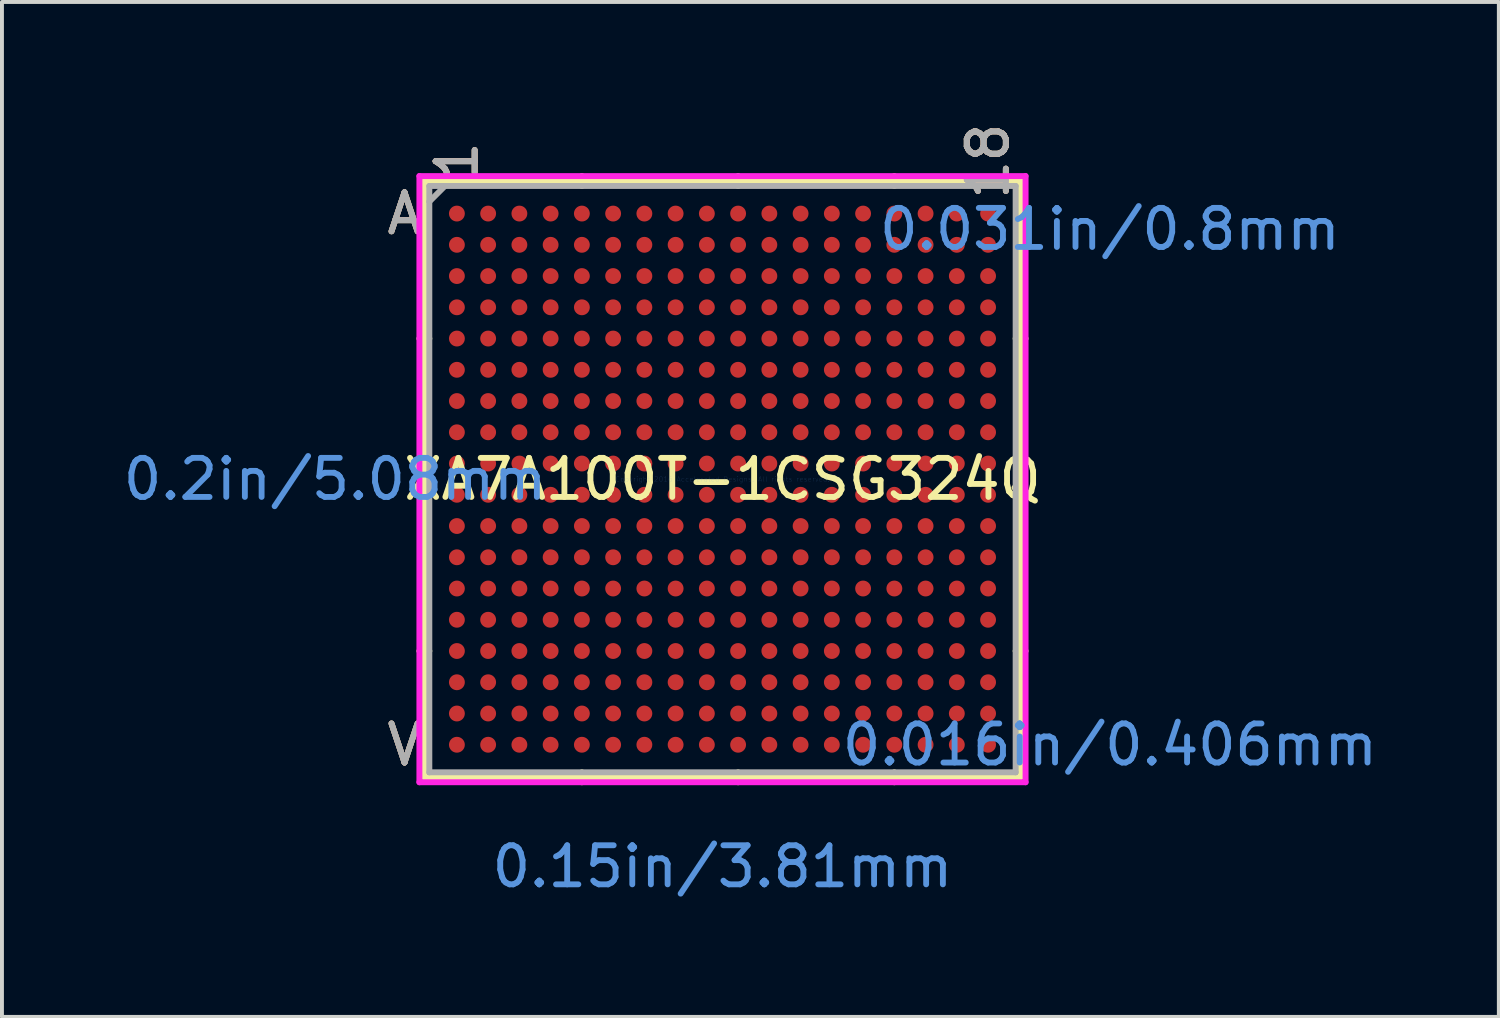
<source format=kicad_pcb>
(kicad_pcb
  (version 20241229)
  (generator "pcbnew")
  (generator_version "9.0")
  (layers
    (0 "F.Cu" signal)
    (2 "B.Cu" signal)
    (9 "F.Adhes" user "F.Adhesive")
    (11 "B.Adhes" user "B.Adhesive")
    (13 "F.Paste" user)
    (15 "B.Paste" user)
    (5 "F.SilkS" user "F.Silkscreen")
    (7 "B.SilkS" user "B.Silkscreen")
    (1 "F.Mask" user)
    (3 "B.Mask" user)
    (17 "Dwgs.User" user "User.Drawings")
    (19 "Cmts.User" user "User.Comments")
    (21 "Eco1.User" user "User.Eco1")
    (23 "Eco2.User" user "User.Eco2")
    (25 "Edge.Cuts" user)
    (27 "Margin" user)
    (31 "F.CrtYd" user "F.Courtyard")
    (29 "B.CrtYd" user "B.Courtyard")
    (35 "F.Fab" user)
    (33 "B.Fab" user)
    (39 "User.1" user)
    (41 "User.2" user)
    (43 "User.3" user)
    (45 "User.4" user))
  (footprint "XA7A100T-1CSG324Q"
    (layer "F.Cu")
    (at 15.448 9.218)
    (property "Reference" "XA7A100T-1CSG324Q" (at 0 0 0) (layer "F.SilkS") (effects (font (size 1 1) (thickness 0.15))))
    (attr through_hole)
    (fp_line (start -7.633 -7.633) (end -7.633 7.633) (stroke (width 0.152) (type solid)) (layer "F.SilkS"))
    (fp_line (start -7.633 7.633) (end 7.633 7.633) (stroke (width 0.152) (type solid)) (layer "F.SilkS"))
    (fp_line (start -7.506 -3.6) (end -7.76 -3.6) (stroke (width 0.152) (type solid)) (layer "F.SilkS"))
    (fp_line (start -7.506 0.4) (end -7.76 0.4) (stroke (width 0.152) (type solid)) (layer "F.SilkS"))
    (fp_line (start -7.506 4.4) (end -7.76 4.4) (stroke (width 0.152) (type solid)) (layer "F.SilkS"))
    (fp_line (start -3.6 -7.506) (end -3.6 -7.76) (stroke (width 0.152) (type solid)) (layer "F.SilkS"))
    (fp_line (start -3.6 7.506) (end -3.6 7.76) (stroke (width 0.152) (type solid)) (layer "F.SilkS"))
    (fp_line (start 0.4 -7.506) (end 0.4 -7.76) (stroke (width 0.152) (type solid)) (layer "F.SilkS"))
    (fp_line (start 0.4 7.506) (end 0.4 7.76) (stroke (width 0.152) (type solid)) (layer "F.SilkS"))
    (fp_line (start 4.4 -7.506) (end 4.4 -7.76) (stroke (width 0.152) (type solid)) (layer "F.SilkS"))
    (fp_line (start 4.4 7.506) (end 4.4 7.76) (stroke (width 0.152) (type solid)) (layer "F.SilkS"))
    (fp_line (start 7.506 -3.6) (end 7.76 -3.6) (stroke (width 0.152) (type solid)) (layer "F.SilkS"))
    (fp_line (start 7.506 0.4) (end 7.76 0.4) (stroke (width 0.152) (type solid)) (layer "F.SilkS"))
    (fp_line (start 7.506 4.4) (end 7.76 4.4) (stroke (width 0.152) (type solid)) (layer "F.SilkS"))
    (fp_line (start 7.633 -7.633) (end -7.633 -7.633) (stroke (width 0.152) (type solid)) (layer "F.SilkS"))
    (fp_line (start 7.633 7.633) (end 7.633 -7.633) (stroke (width 0.152) (type solid)) (layer "F.SilkS"))
    (fp_line (start -7.76 -7.76) (end 7.76 -7.76) (stroke (width 0.152) (type solid)) (layer "F.CrtYd"))
    (fp_line (start -7.76 7.76) (end -7.76 -7.76) (stroke (width 0.152) (type solid)) (layer "F.CrtYd"))
    (fp_line (start 7.76 -7.76) (end 7.76 7.76) (stroke (width 0.152) (type solid)) (layer "F.CrtYd"))
    (fp_line (start 7.76 7.76) (end -7.76 7.76) (stroke (width 0.152) (type solid)) (layer "F.CrtYd"))
    (fp_line (start -7.506 -7.506) (end -7.506 7.506) (stroke (width 0.152) (type solid)) (layer "F.Fab"))
    (fp_line (start -7.506 7.506) (end 7.506 7.506) (stroke (width 0.152) (type solid)) (layer "F.Fab"))
    (fp_line (start -7.106 -7.506) (end -7.506 -7.106) (stroke (width 0.152) (type solid)) (layer "F.Fab"))
    (fp_line (start 7.506 -7.506) (end -7.506 -7.506) (stroke (width 0.152) (type solid)) (layer "F.Fab"))
    (fp_line (start 7.506 7.506) (end 7.506 -7.506) (stroke (width 0.152) (type solid)) (layer "F.Fab"))
    (fp_text user "18" (at 6.8 -8.141 90) (layer "F.SilkS") (effects (font (size 1 1) (thickness 0.15))))
    (fp_text user "1" (at -6.8 -8.141 90) (layer "F.SilkS") (effects (font (size 1 1) (thickness 0.15))))
    (fp_text user "A" (at -8.141 -6.8 0) (layer "F.SilkS") (effects (font (size 1 1) (thickness 0.15))))
    (fp_text user "V" (at -8.141 6.8 0) (layer "F.SilkS") (effects (font (size 1 1) (thickness 0.15))))
    (fp_text user "V" (at -8.141 6.8 0) (layer "B.SilkS") (effects (font (size 1 1) (thickness 0.15))))
    (fp_text user "1" (at -6.8 -8.141 90) (layer "B.SilkS") (effects (font (size 1 1) (thickness 0.15))))
    (fp_text user "A" (at -8.141 -6.8 0) (layer "B.SilkS") (effects (font (size 1 1) (thickness 0.15))))
    (fp_text user "18" (at 6.8 -8.141 90) (layer "B.SilkS") (effects (font (size 1 1) (thickness 0.15))))
    (fp_text user "0.031in/0.8mm" (at 9.919 -6.4 0) (layer "Cmts.User") (effects (font (size 1 1) (thickness 0.15))))
    (fp_text user "0.016in/0.406mm" (at 9.919 6.8 0) (layer "Cmts.User") (effects (font (size 1 1) (thickness 0.15))))
    (fp_text user "0.2in/5.08mm" (at -9.919 0 0) (layer "Cmts.User") (effects (font (size 1 1) (thickness 0.15))))
    (fp_text user "0.15in/3.81mm" (at 0 9.919 0) (layer "Cmts.User") (effects (font (size 1 1) (thickness 0.15))))
    (fp_text user "Copyright 2016 Accelerated Designs. All rights reserved." (at 0 0 0) (layer "Cmts.User") (effects (font (size 0.127 0.127) (thickness 0.002))))
    (fp_text user "1" (at -6.8 -8.141 90) (layer "F.Fab") (effects (font (size 1 1) (thickness 0.15))))
    (fp_text user "A" (at -8.141 -6.8 0) (layer "F.Fab") (effects (font (size 1 1) (thickness 0.15))))
    (fp_text user "18" (at 6.8 -8.141 90) (layer "F.Fab") (effects (font (size 1 1) (thickness 0.15))))
    (fp_text user "V" (at -8.141 6.8 0) (layer "F.Fab") (effects (font (size 1 1) (thickness 0.15))))
    (pad "A1" smd circle (at -6.8 -6.8) (size 0.406 0.406) (layers "F.Cu" "F.Mask" "F.Paste"))
    (pad "A2" smd circle (at -6 -6.8) (size 0.406 0.406) (layers "F.Cu" "F.Mask" "F.Paste"))
    (pad "A3" smd circle (at -5.2 -6.8) (size 0.406 0.406) (layers "F.Cu" "F.Mask" "F.Paste"))
    (pad "A4" smd circle (at -4.4 -6.8) (size 0.406 0.406) (layers "F.Cu" "F.Mask" "F.Paste"))
    (pad "A5" smd circle (at -3.6 -6.8) (size 0.406 0.406) (layers "F.Cu" "F.Mask" "F.Paste"))
    (pad "A6" smd circle (at -2.8 -6.8) (size 0.406 0.406) (layers "F.Cu" "F.Mask" "F.Paste"))
    (pad "A7" smd circle (at -2 -6.8) (size 0.406 0.406) (layers "F.Cu" "F.Mask" "F.Paste"))
    (pad "A8" smd circle (at -1.2 -6.8) (size 0.406 0.406) (layers "F.Cu" "F.Mask" "F.Paste"))
    (pad "A9" smd circle (at -0.4 -6.8) (size 0.406 0.406) (layers "F.Cu" "F.Mask" "F.Paste"))
    (pad "A10" smd circle (at 0.4 -6.8) (size 0.406 0.406) (layers "F.Cu" "F.Mask" "F.Paste"))
    (pad "A11" smd circle (at 1.2 -6.8) (size 0.406 0.406) (layers "F.Cu" "F.Mask" "F.Paste"))
    (pad "A12" smd circle (at 2 -6.8) (size 0.406 0.406) (layers "F.Cu" "F.Mask" "F.Paste"))
    (pad "A13" smd circle (at 2.8 -6.8) (size 0.406 0.406) (layers "F.Cu" "F.Mask" "F.Paste"))
    (pad "A14" smd circle (at 3.6 -6.8) (size 0.406 0.406) (layers "F.Cu" "F.Mask" "F.Paste"))
    (pad "A15" smd circle (at 4.4 -6.8) (size 0.406 0.406) (layers "F.Cu" "F.Mask" "F.Paste"))
    (pad "A16" smd circle (at 5.2 -6.8) (size 0.406 0.406) (layers "F.Cu" "F.Mask" "F.Paste"))
    (pad "A17" smd circle (at 6 -6.8) (size 0.406 0.406) (layers "F.Cu" "F.Mask" "F.Paste"))
    (pad "A18" smd circle (at 6.8 -6.8) (size 0.406 0.406) (layers "F.Cu" "F.Mask" "F.Paste"))
    (pad "B1" smd circle (at -6.8 -6) (size 0.406 0.406) (layers "F.Cu" "F.Mask" "F.Paste"))
    (pad "B2" smd circle (at -6 -6) (size 0.406 0.406) (layers "F.Cu" "F.Mask" "F.Paste"))
    (pad "B3" smd circle (at -5.2 -6) (size 0.406 0.406) (layers "F.Cu" "F.Mask" "F.Paste"))
    (pad "B4" smd circle (at -4.4 -6) (size 0.406 0.406) (layers "F.Cu" "F.Mask" "F.Paste"))
    (pad "B5" smd circle (at -3.6 -6) (size 0.406 0.406) (layers "F.Cu" "F.Mask" "F.Paste"))
    (pad "B6" smd circle (at -2.8 -6) (size 0.406 0.406) (layers "F.Cu" "F.Mask" "F.Paste"))
    (pad "B7" smd circle (at -2 -6) (size 0.406 0.406) (layers "F.Cu" "F.Mask" "F.Paste"))
    (pad "B8" smd circle (at -1.2 -6) (size 0.406 0.406) (layers "F.Cu" "F.Mask" "F.Paste"))
    (pad "B9" smd circle (at -0.4 -6) (size 0.406 0.406) (layers "F.Cu" "F.Mask" "F.Paste"))
    (pad "B10" smd circle (at 0.4 -6) (size 0.406 0.406) (layers "F.Cu" "F.Mask" "F.Paste"))
    (pad "B11" smd circle (at 1.2 -6) (size 0.406 0.406) (layers "F.Cu" "F.Mask" "F.Paste"))
    (pad "B12" smd circle (at 2 -6) (size 0.406 0.406) (layers "F.Cu" "F.Mask" "F.Paste"))
    (pad "B13" smd circle (at 2.8 -6) (size 0.406 0.406) (layers "F.Cu" "F.Mask" "F.Paste"))
    (pad "B14" smd circle (at 3.6 -6) (size 0.406 0.406) (layers "F.Cu" "F.Mask" "F.Paste"))
    (pad "B15" smd circle (at 4.4 -6) (size 0.406 0.406) (layers "F.Cu" "F.Mask" "F.Paste"))
    (pad "B16" smd circle (at 5.2 -6) (size 0.406 0.406) (layers "F.Cu" "F.Mask" "F.Paste"))
    (pad "B17" smd circle (at 6 -6) (size 0.406 0.406) (layers "F.Cu" "F.Mask" "F.Paste"))
    (pad "B18" smd circle (at 6.8 -6) (size 0.406 0.406) (layers "F.Cu" "F.Mask" "F.Paste"))
    (pad "C1" smd circle (at -6.8 -5.2) (size 0.406 0.406) (layers "F.Cu" "F.Mask" "F.Paste"))
    (pad "C2" smd circle (at -6 -5.2) (size 0.406 0.406) (layers "F.Cu" "F.Mask" "F.Paste"))
    (pad "C3" smd circle (at -5.2 -5.2) (size 0.406 0.406) (layers "F.Cu" "F.Mask" "F.Paste"))
    (pad "C4" smd circle (at -4.4 -5.2) (size 0.406 0.406) (layers "F.Cu" "F.Mask" "F.Paste"))
    (pad "C5" smd circle (at -3.6 -5.2) (size 0.406 0.406) (layers "F.Cu" "F.Mask" "F.Paste"))
    (pad "C6" smd circle (at -2.8 -5.2) (size 0.406 0.406) (layers "F.Cu" "F.Mask" "F.Paste"))
    (pad "C7" smd circle (at -2 -5.2) (size 0.406 0.406) (layers "F.Cu" "F.Mask" "F.Paste"))
    (pad "C8" smd circle (at -1.2 -5.2) (size 0.406 0.406) (layers "F.Cu" "F.Mask" "F.Paste"))
    (pad "C9" smd circle (at -0.4 -5.2) (size 0.406 0.406) (layers "F.Cu" "F.Mask" "F.Paste"))
    (pad "C10" smd circle (at 0.4 -5.2) (size 0.406 0.406) (layers "F.Cu" "F.Mask" "F.Paste"))
    (pad "C11" smd circle (at 1.2 -5.2) (size 0.406 0.406) (layers "F.Cu" "F.Mask" "F.Paste"))
    (pad "C12" smd circle (at 2 -5.2) (size 0.406 0.406) (layers "F.Cu" "F.Mask" "F.Paste"))
    (pad "C13" smd circle (at 2.8 -5.2) (size 0.406 0.406) (layers "F.Cu" "F.Mask" "F.Paste"))
    (pad "C14" smd circle (at 3.6 -5.2) (size 0.406 0.406) (layers "F.Cu" "F.Mask" "F.Paste"))
    (pad "C15" smd circle (at 4.4 -5.2) (size 0.406 0.406) (layers "F.Cu" "F.Mask" "F.Paste"))
    (pad "C16" smd circle (at 5.2 -5.2) (size 0.406 0.406) (layers "F.Cu" "F.Mask" "F.Paste"))
    (pad "C17" smd circle (at 6 -5.2) (size 0.406 0.406) (layers "F.Cu" "F.Mask" "F.Paste"))
    (pad "C18" smd circle (at 6.8 -5.2) (size 0.406 0.406) (layers "F.Cu" "F.Mask" "F.Paste"))
    (pad "D1" smd circle (at -6.8 -4.4) (size 0.406 0.406) (layers "F.Cu" "F.Mask" "F.Paste"))
    (pad "D2" smd circle (at -6 -4.4) (size 0.406 0.406) (layers "F.Cu" "F.Mask" "F.Paste"))
    (pad "D3" smd circle (at -5.2 -4.4) (size 0.406 0.406) (layers "F.Cu" "F.Mask" "F.Paste"))
    (pad "D4" smd circle (at -4.4 -4.4) (size 0.406 0.406) (layers "F.Cu" "F.Mask" "F.Paste"))
    (pad "D5" smd circle (at -3.6 -4.4) (size 0.406 0.406) (layers "F.Cu" "F.Mask" "F.Paste"))
    (pad "D6" smd circle (at -2.8 -4.4) (size 0.406 0.406) (layers "F.Cu" "F.Mask" "F.Paste"))
    (pad "D7" smd circle (at -2 -4.4) (size 0.406 0.406) (layers "F.Cu" "F.Mask" "F.Paste"))
    (pad "D8" smd circle (at -1.2 -4.4) (size 0.406 0.406) (layers "F.Cu" "F.Mask" "F.Paste"))
    (pad "D9" smd circle (at -0.4 -4.4) (size 0.406 0.406) (layers "F.Cu" "F.Mask" "F.Paste"))
    (pad "D10" smd circle (at 0.4 -4.4) (size 0.406 0.406) (layers "F.Cu" "F.Mask" "F.Paste"))
    (pad "D11" smd circle (at 1.2 -4.4) (size 0.406 0.406) (layers "F.Cu" "F.Mask" "F.Paste"))
    (pad "D12" smd circle (at 2 -4.4) (size 0.406 0.406) (layers "F.Cu" "F.Mask" "F.Paste"))
    (pad "D13" smd circle (at 2.8 -4.4) (size 0.406 0.406) (layers "F.Cu" "F.Mask" "F.Paste"))
    (pad "D14" smd circle (at 3.6 -4.4) (size 0.406 0.406) (layers "F.Cu" "F.Mask" "F.Paste"))
    (pad "D15" smd circle (at 4.4 -4.4) (size 0.406 0.406) (layers "F.Cu" "F.Mask" "F.Paste"))
    (pad "D16" smd circle (at 5.2 -4.4) (size 0.406 0.406) (layers "F.Cu" "F.Mask" "F.Paste"))
    (pad "D17" smd circle (at 6 -4.4) (size 0.406 0.406) (layers "F.Cu" "F.Mask" "F.Paste"))
    (pad "D18" smd circle (at 6.8 -4.4) (size 0.406 0.406) (layers "F.Cu" "F.Mask" "F.Paste"))
    (pad "E1" smd circle (at -6.8 -3.6) (size 0.406 0.406) (layers "F.Cu" "F.Mask" "F.Paste"))
    (pad "E2" smd circle (at -6 -3.6) (size 0.406 0.406) (layers "F.Cu" "F.Mask" "F.Paste"))
    (pad "E3" smd circle (at -5.2 -3.6) (size 0.406 0.406) (layers "F.Cu" "F.Mask" "F.Paste"))
    (pad "E4" smd circle (at -4.4 -3.6) (size 0.406 0.406) (layers "F.Cu" "F.Mask" "F.Paste"))
    (pad "E5" smd circle (at -3.6 -3.6) (size 0.406 0.406) (layers "F.Cu" "F.Mask" "F.Paste"))
    (pad "E6" smd circle (at -2.8 -3.6) (size 0.406 0.406) (layers "F.Cu" "F.Mask" "F.Paste"))
    (pad "E7" smd circle (at -2 -3.6) (size 0.406 0.406) (layers "F.Cu" "F.Mask" "F.Paste"))
    (pad "E8" smd circle (at -1.2 -3.6) (size 0.406 0.406) (layers "F.Cu" "F.Mask" "F.Paste"))
    (pad "E9" smd circle (at -0.4 -3.6) (size 0.406 0.406) (layers "F.Cu" "F.Mask" "F.Paste"))
    (pad "E10" smd circle (at 0.4 -3.6) (size 0.406 0.406) (layers "F.Cu" "F.Mask" "F.Paste"))
    (pad "E11" smd circle (at 1.2 -3.6) (size 0.406 0.406) (layers "F.Cu" "F.Mask" "F.Paste"))
    (pad "E12" smd circle (at 2 -3.6) (size 0.406 0.406) (layers "F.Cu" "F.Mask" "F.Paste"))
    (pad "E13" smd circle (at 2.8 -3.6) (size 0.406 0.406) (layers "F.Cu" "F.Mask" "F.Paste"))
    (pad "E14" smd circle (at 3.6 -3.6) (size 0.406 0.406) (layers "F.Cu" "F.Mask" "F.Paste"))
    (pad "E15" smd circle (at 4.4 -3.6) (size 0.406 0.406) (layers "F.Cu" "F.Mask" "F.Paste"))
    (pad "E16" smd circle (at 5.2 -3.6) (size 0.406 0.406) (layers "F.Cu" "F.Mask" "F.Paste"))
    (pad "E17" smd circle (at 6 -3.6) (size 0.406 0.406) (layers "F.Cu" "F.Mask" "F.Paste"))
    (pad "E18" smd circle (at 6.8 -3.6) (size 0.406 0.406) (layers "F.Cu" "F.Mask" "F.Paste"))
    (pad "F1" smd circle (at -6.8 -2.8) (size 0.406 0.406) (layers "F.Cu" "F.Mask" "F.Paste"))
    (pad "F2" smd circle (at -6 -2.8) (size 0.406 0.406) (layers "F.Cu" "F.Mask" "F.Paste"))
    (pad "F3" smd circle (at -5.2 -2.8) (size 0.406 0.406) (layers "F.Cu" "F.Mask" "F.Paste"))
    (pad "F4" smd circle (at -4.4 -2.8) (size 0.406 0.406) (layers "F.Cu" "F.Mask" "F.Paste"))
    (pad "F5" smd circle (at -3.6 -2.8) (size 0.406 0.406) (layers "F.Cu" "F.Mask" "F.Paste"))
    (pad "F6" smd circle (at -2.8 -2.8) (size 0.406 0.406) (layers "F.Cu" "F.Mask" "F.Paste"))
    (pad "F7" smd circle (at -2 -2.8) (size 0.406 0.406) (layers "F.Cu" "F.Mask" "F.Paste"))
    (pad "F8" smd circle (at -1.2 -2.8) (size 0.406 0.406) (layers "F.Cu" "F.Mask" "F.Paste"))
    (pad "F9" smd circle (at -0.4 -2.8) (size 0.406 0.406) (layers "F.Cu" "F.Mask" "F.Paste"))
    (pad "F10" smd circle (at 0.4 -2.8) (size 0.406 0.406) (layers "F.Cu" "F.Mask" "F.Paste"))
    (pad "F11" smd circle (at 1.2 -2.8) (size 0.406 0.406) (layers "F.Cu" "F.Mask" "F.Paste"))
    (pad "F12" smd circle (at 2 -2.8) (size 0.406 0.406) (layers "F.Cu" "F.Mask" "F.Paste"))
    (pad "F13" smd circle (at 2.8 -2.8) (size 0.406 0.406) (layers "F.Cu" "F.Mask" "F.Paste"))
    (pad "F14" smd circle (at 3.6 -2.8) (size 0.406 0.406) (layers "F.Cu" "F.Mask" "F.Paste"))
    (pad "F15" smd circle (at 4.4 -2.8) (size 0.406 0.406) (layers "F.Cu" "F.Mask" "F.Paste"))
    (pad "F16" smd circle (at 5.2 -2.8) (size 0.406 0.406) (layers "F.Cu" "F.Mask" "F.Paste"))
    (pad "F17" smd circle (at 6 -2.8) (size 0.406 0.406) (layers "F.Cu" "F.Mask" "F.Paste"))
    (pad "F18" smd circle (at 6.8 -2.8) (size 0.406 0.406) (layers "F.Cu" "F.Mask" "F.Paste"))
    (pad "G1" smd circle (at -6.8 -2) (size 0.406 0.406) (layers "F.Cu" "F.Mask" "F.Paste"))
    (pad "G2" smd circle (at -6 -2) (size 0.406 0.406) (layers "F.Cu" "F.Mask" "F.Paste"))
    (pad "G3" smd circle (at -5.2 -2) (size 0.406 0.406) (layers "F.Cu" "F.Mask" "F.Paste"))
    (pad "G4" smd circle (at -4.4 -2) (size 0.406 0.406) (layers "F.Cu" "F.Mask" "F.Paste"))
    (pad "G5" smd circle (at -3.6 -2) (size 0.406 0.406) (layers "F.Cu" "F.Mask" "F.Paste"))
    (pad "G6" smd circle (at -2.8 -2) (size 0.406 0.406) (layers "F.Cu" "F.Mask" "F.Paste"))
    (pad "G7" smd circle (at -2 -2) (size 0.406 0.406) (layers "F.Cu" "F.Mask" "F.Paste"))
    (pad "G8" smd circle (at -1.2 -2) (size 0.406 0.406) (layers "F.Cu" "F.Mask" "F.Paste"))
    (pad "G9" smd circle (at -0.4 -2) (size 0.406 0.406) (layers "F.Cu" "F.Mask" "F.Paste"))
    (pad "G10" smd circle (at 0.4 -2) (size 0.406 0.406) (layers "F.Cu" "F.Mask" "F.Paste"))
    (pad "G11" smd circle (at 1.2 -2) (size 0.406 0.406) (layers "F.Cu" "F.Mask" "F.Paste"))
    (pad "G12" smd circle (at 2 -2) (size 0.406 0.406) (layers "F.Cu" "F.Mask" "F.Paste"))
    (pad "G13" smd circle (at 2.8 -2) (size 0.406 0.406) (layers "F.Cu" "F.Mask" "F.Paste"))
    (pad "G14" smd circle (at 3.6 -2) (size 0.406 0.406) (layers "F.Cu" "F.Mask" "F.Paste"))
    (pad "G15" smd circle (at 4.4 -2) (size 0.406 0.406) (layers "F.Cu" "F.Mask" "F.Paste"))
    (pad "G16" smd circle (at 5.2 -2) (size 0.406 0.406) (layers "F.Cu" "F.Mask" "F.Paste"))
    (pad "G17" smd circle (at 6 -2) (size 0.406 0.406) (layers "F.Cu" "F.Mask" "F.Paste"))
    (pad "G18" smd circle (at 6.8 -2) (size 0.406 0.406) (layers "F.Cu" "F.Mask" "F.Paste"))
    (pad "H1" smd circle (at -6.8 -1.2) (size 0.406 0.406) (layers "F.Cu" "F.Mask" "F.Paste"))
    (pad "H2" smd circle (at -6 -1.2) (size 0.406 0.406) (layers "F.Cu" "F.Mask" "F.Paste"))
    (pad "H3" smd circle (at -5.2 -1.2) (size 0.406 0.406) (layers "F.Cu" "F.Mask" "F.Paste"))
    (pad "H4" smd circle (at -4.4 -1.2) (size 0.406 0.406) (layers "F.Cu" "F.Mask" "F.Paste"))
    (pad "H5" smd circle (at -3.6 -1.2) (size 0.406 0.406) (layers "F.Cu" "F.Mask" "F.Paste"))
    (pad "H6" smd circle (at -2.8 -1.2) (size 0.406 0.406) (layers "F.Cu" "F.Mask" "F.Paste"))
    (pad "H7" smd circle (at -2 -1.2) (size 0.406 0.406) (layers "F.Cu" "F.Mask" "F.Paste"))
    (pad "H8" smd circle (at -1.2 -1.2) (size 0.406 0.406) (layers "F.Cu" "F.Mask" "F.Paste"))
    (pad "H9" smd circle (at -0.4 -1.2) (size 0.406 0.406) (layers "F.Cu" "F.Mask" "F.Paste"))
    (pad "H10" smd circle (at 0.4 -1.2) (size 0.406 0.406) (layers "F.Cu" "F.Mask" "F.Paste"))
    (pad "H11" smd circle (at 1.2 -1.2) (size 0.406 0.406) (layers "F.Cu" "F.Mask" "F.Paste"))
    (pad "H12" smd circle (at 2 -1.2) (size 0.406 0.406) (layers "F.Cu" "F.Mask" "F.Paste"))
    (pad "H13" smd circle (at 2.8 -1.2) (size 0.406 0.406) (layers "F.Cu" "F.Mask" "F.Paste"))
    (pad "H14" smd circle (at 3.6 -1.2) (size 0.406 0.406) (layers "F.Cu" "F.Mask" "F.Paste"))
    (pad "H15" smd circle (at 4.4 -1.2) (size 0.406 0.406) (layers "F.Cu" "F.Mask" "F.Paste"))
    (pad "H16" smd circle (at 5.2 -1.2) (size 0.406 0.406) (layers "F.Cu" "F.Mask" "F.Paste"))
    (pad "H17" smd circle (at 6 -1.2) (size 0.406 0.406) (layers "F.Cu" "F.Mask" "F.Paste"))
    (pad "H18" smd circle (at 6.8 -1.2) (size 0.406 0.406) (layers "F.Cu" "F.Mask" "F.Paste"))
    (pad "J1" smd circle (at -6.8 -0.4) (size 0.406 0.406) (layers "F.Cu" "F.Mask" "F.Paste"))
    (pad "J2" smd circle (at -6 -0.4) (size 0.406 0.406) (layers "F.Cu" "F.Mask" "F.Paste"))
    (pad "J3" smd circle (at -5.2 -0.4) (size 0.406 0.406) (layers "F.Cu" "F.Mask" "F.Paste"))
    (pad "J4" smd circle (at -4.4 -0.4) (size 0.406 0.406) (layers "F.Cu" "F.Mask" "F.Paste"))
    (pad "J5" smd circle (at -3.6 -0.4) (size 0.406 0.406) (layers "F.Cu" "F.Mask" "F.Paste"))
    (pad "J6" smd circle (at -2.8 -0.4) (size 0.406 0.406) (layers "F.Cu" "F.Mask" "F.Paste"))
    (pad "J7" smd circle (at -2 -0.4) (size 0.406 0.406) (layers "F.Cu" "F.Mask" "F.Paste"))
    (pad "J8" smd circle (at -1.2 -0.4) (size 0.406 0.406) (layers "F.Cu" "F.Mask" "F.Paste"))
    (pad "J9" smd circle (at -0.4 -0.4) (size 0.406 0.406) (layers "F.Cu" "F.Mask" "F.Paste"))
    (pad "J10" smd circle (at 0.4 -0.4) (size 0.406 0.406) (layers "F.Cu" "F.Mask" "F.Paste"))
    (pad "J11" smd circle (at 1.2 -0.4) (size 0.406 0.406) (layers "F.Cu" "F.Mask" "F.Paste"))
    (pad "J12" smd circle (at 2 -0.4) (size 0.406 0.406) (layers "F.Cu" "F.Mask" "F.Paste"))
    (pad "J13" smd circle (at 2.8 -0.4) (size 0.406 0.406) (layers "F.Cu" "F.Mask" "F.Paste"))
    (pad "J14" smd circle (at 3.6 -0.4) (size 0.406 0.406) (layers "F.Cu" "F.Mask" "F.Paste"))
    (pad "J15" smd circle (at 4.4 -0.4) (size 0.406 0.406) (layers "F.Cu" "F.Mask" "F.Paste"))
    (pad "J16" smd circle (at 5.2 -0.4) (size 0.406 0.406) (layers "F.Cu" "F.Mask" "F.Paste"))
    (pad "J17" smd circle (at 6 -0.4) (size 0.406 0.406) (layers "F.Cu" "F.Mask" "F.Paste"))
    (pad "J18" smd circle (at 6.8 -0.4) (size 0.406 0.406) (layers "F.Cu" "F.Mask" "F.Paste"))
    (pad "K1" smd circle (at -6.8 0.4) (size 0.406 0.406) (layers "F.Cu" "F.Mask" "F.Paste"))
    (pad "K2" smd circle (at -6 0.4) (size 0.406 0.406) (layers "F.Cu" "F.Mask" "F.Paste"))
    (pad "K3" smd circle (at -5.2 0.4) (size 0.406 0.406) (layers "F.Cu" "F.Mask" "F.Paste"))
    (pad "K4" smd circle (at -4.4 0.4) (size 0.406 0.406) (layers "F.Cu" "F.Mask" "F.Paste"))
    (pad "K5" smd circle (at -3.6 0.4) (size 0.406 0.406) (layers "F.Cu" "F.Mask" "F.Paste"))
    (pad "K6" smd circle (at -2.8 0.4) (size 0.406 0.406) (layers "F.Cu" "F.Mask" "F.Paste"))
    (pad "K7" smd circle (at -2 0.4) (size 0.406 0.406) (layers "F.Cu" "F.Mask" "F.Paste"))
    (pad "K8" smd circle (at -1.2 0.4) (size 0.406 0.406) (layers "F.Cu" "F.Mask" "F.Paste"))
    (pad "K9" smd circle (at -0.4 0.4) (size 0.406 0.406) (layers "F.Cu" "F.Mask" "F.Paste"))
    (pad "K10" smd circle (at 0.4 0.4) (size 0.406 0.406) (layers "F.Cu" "F.Mask" "F.Paste"))
    (pad "K11" smd circle (at 1.2 0.4) (size 0.406 0.406) (layers "F.Cu" "F.Mask" "F.Paste"))
    (pad "K12" smd circle (at 2 0.4) (size 0.406 0.406) (layers "F.Cu" "F.Mask" "F.Paste"))
    (pad "K13" smd circle (at 2.8 0.4) (size 0.406 0.406) (layers "F.Cu" "F.Mask" "F.Paste"))
    (pad "K14" smd circle (at 3.6 0.4) (size 0.406 0.406) (layers "F.Cu" "F.Mask" "F.Paste"))
    (pad "K15" smd circle (at 4.4 0.4) (size 0.406 0.406) (layers "F.Cu" "F.Mask" "F.Paste"))
    (pad "K16" smd circle (at 5.2 0.4) (size 0.406 0.406) (layers "F.Cu" "F.Mask" "F.Paste"))
    (pad "K17" smd circle (at 6 0.4) (size 0.406 0.406) (layers "F.Cu" "F.Mask" "F.Paste"))
    (pad "K18" smd circle (at 6.8 0.4) (size 0.406 0.406) (layers "F.Cu" "F.Mask" "F.Paste"))
    (pad "L1" smd circle (at -6.8 1.2) (size 0.406 0.406) (layers "F.Cu" "F.Mask" "F.Paste"))
    (pad "L2" smd circle (at -6 1.2) (size 0.406 0.406) (layers "F.Cu" "F.Mask" "F.Paste"))
    (pad "L3" smd circle (at -5.2 1.2) (size 0.406 0.406) (layers "F.Cu" "F.Mask" "F.Paste"))
    (pad "L4" smd circle (at -4.4 1.2) (size 0.406 0.406) (layers "F.Cu" "F.Mask" "F.Paste"))
    (pad "L5" smd circle (at -3.6 1.2) (size 0.406 0.406) (layers "F.Cu" "F.Mask" "F.Paste"))
    (pad "L6" smd circle (at -2.8 1.2) (size 0.406 0.406) (layers "F.Cu" "F.Mask" "F.Paste"))
    (pad "L7" smd circle (at -2 1.2) (size 0.406 0.406) (layers "F.Cu" "F.Mask" "F.Paste"))
    (pad "L8" smd circle (at -1.2 1.2) (size 0.406 0.406) (layers "F.Cu" "F.Mask" "F.Paste"))
    (pad "L9" smd circle (at -0.4 1.2) (size 0.406 0.406) (layers "F.Cu" "F.Mask" "F.Paste"))
    (pad "L10" smd circle (at 0.4 1.2) (size 0.406 0.406) (layers "F.Cu" "F.Mask" "F.Paste"))
    (pad "L11" smd circle (at 1.2 1.2) (size 0.406 0.406) (layers "F.Cu" "F.Mask" "F.Paste"))
    (pad "L12" smd circle (at 2 1.2) (size 0.406 0.406) (layers "F.Cu" "F.Mask" "F.Paste"))
    (pad "L13" smd circle (at 2.8 1.2) (size 0.406 0.406) (layers "F.Cu" "F.Mask" "F.Paste"))
    (pad "L14" smd circle (at 3.6 1.2) (size 0.406 0.406) (layers "F.Cu" "F.Mask" "F.Paste"))
    (pad "L15" smd circle (at 4.4 1.2) (size 0.406 0.406) (layers "F.Cu" "F.Mask" "F.Paste"))
    (pad "L16" smd circle (at 5.2 1.2) (size 0.406 0.406) (layers "F.Cu" "F.Mask" "F.Paste"))
    (pad "L17" smd circle (at 6 1.2) (size 0.406 0.406) (layers "F.Cu" "F.Mask" "F.Paste"))
    (pad "L18" smd circle (at 6.8 1.2) (size 0.406 0.406) (layers "F.Cu" "F.Mask" "F.Paste"))
    (pad "M1" smd circle (at -6.8 2) (size 0.406 0.406) (layers "F.Cu" "F.Mask" "F.Paste"))
    (pad "M2" smd circle (at -6 2) (size 0.406 0.406) (layers "F.Cu" "F.Mask" "F.Paste"))
    (pad "M3" smd circle (at -5.2 2) (size 0.406 0.406) (layers "F.Cu" "F.Mask" "F.Paste"))
    (pad "M4" smd circle (at -4.4 2) (size 0.406 0.406) (layers "F.Cu" "F.Mask" "F.Paste"))
    (pad "M5" smd circle (at -3.6 2) (size 0.406 0.406) (layers "F.Cu" "F.Mask" "F.Paste"))
    (pad "M6" smd circle (at -2.8 2) (size 0.406 0.406) (layers "F.Cu" "F.Mask" "F.Paste"))
    (pad "M7" smd circle (at -2 2) (size 0.406 0.406) (layers "F.Cu" "F.Mask" "F.Paste"))
    (pad "M8" smd circle (at -1.2 2) (size 0.406 0.406) (layers "F.Cu" "F.Mask" "F.Paste"))
    (pad "M9" smd circle (at -0.4 2) (size 0.406 0.406) (layers "F.Cu" "F.Mask" "F.Paste"))
    (pad "M10" smd circle (at 0.4 2) (size 0.406 0.406) (layers "F.Cu" "F.Mask" "F.Paste"))
    (pad "M11" smd circle (at 1.2 2) (size 0.406 0.406) (layers "F.Cu" "F.Mask" "F.Paste"))
    (pad "M12" smd circle (at 2 2) (size 0.406 0.406) (layers "F.Cu" "F.Mask" "F.Paste"))
    (pad "M13" smd circle (at 2.8 2) (size 0.406 0.406) (layers "F.Cu" "F.Mask" "F.Paste"))
    (pad "M14" smd circle (at 3.6 2) (size 0.406 0.406) (layers "F.Cu" "F.Mask" "F.Paste"))
    (pad "M15" smd circle (at 4.4 2) (size 0.406 0.406) (layers "F.Cu" "F.Mask" "F.Paste"))
    (pad "M16" smd circle (at 5.2 2) (size 0.406 0.406) (layers "F.Cu" "F.Mask" "F.Paste"))
    (pad "M17" smd circle (at 6 2) (size 0.406 0.406) (layers "F.Cu" "F.Mask" "F.Paste"))
    (pad "M18" smd circle (at 6.8 2) (size 0.406 0.406) (layers "F.Cu" "F.Mask" "F.Paste"))
    (pad "N1" smd circle (at -6.8 2.8) (size 0.406 0.406) (layers "F.Cu" "F.Mask" "F.Paste"))
    (pad "N2" smd circle (at -6 2.8) (size 0.406 0.406) (layers "F.Cu" "F.Mask" "F.Paste"))
    (pad "N3" smd circle (at -5.2 2.8) (size 0.406 0.406) (layers "F.Cu" "F.Mask" "F.Paste"))
    (pad "N4" smd circle (at -4.4 2.8) (size 0.406 0.406) (layers "F.Cu" "F.Mask" "F.Paste"))
    (pad "N5" smd circle (at -3.6 2.8) (size 0.406 0.406) (layers "F.Cu" "F.Mask" "F.Paste"))
    (pad "N6" smd circle (at -2.8 2.8) (size 0.406 0.406) (layers "F.Cu" "F.Mask" "F.Paste"))
    (pad "N7" smd circle (at -2 2.8) (size 0.406 0.406) (layers "F.Cu" "F.Mask" "F.Paste"))
    (pad "N8" smd circle (at -1.2 2.8) (size 0.406 0.406) (layers "F.Cu" "F.Mask" "F.Paste"))
    (pad "N9" smd circle (at -0.4 2.8) (size 0.406 0.406) (layers "F.Cu" "F.Mask" "F.Paste"))
    (pad "N10" smd circle (at 0.4 2.8) (size 0.406 0.406) (layers "F.Cu" "F.Mask" "F.Paste"))
    (pad "N11" smd circle (at 1.2 2.8) (size 0.406 0.406) (layers "F.Cu" "F.Mask" "F.Paste"))
    (pad "N12" smd circle (at 2 2.8) (size 0.406 0.406) (layers "F.Cu" "F.Mask" "F.Paste"))
    (pad "N13" smd circle (at 2.8 2.8) (size 0.406 0.406) (layers "F.Cu" "F.Mask" "F.Paste"))
    (pad "N14" smd circle (at 3.6 2.8) (size 0.406 0.406) (layers "F.Cu" "F.Mask" "F.Paste"))
    (pad "N15" smd circle (at 4.4 2.8) (size 0.406 0.406) (layers "F.Cu" "F.Mask" "F.Paste"))
    (pad "N16" smd circle (at 5.2 2.8) (size 0.406 0.406) (layers "F.Cu" "F.Mask" "F.Paste"))
    (pad "N17" smd circle (at 6 2.8) (size 0.406 0.406) (layers "F.Cu" "F.Mask" "F.Paste"))
    (pad "N18" smd circle (at 6.8 2.8) (size 0.406 0.406) (layers "F.Cu" "F.Mask" "F.Paste"))
    (pad "P1" smd circle (at -6.8 3.6) (size 0.406 0.406) (layers "F.Cu" "F.Mask" "F.Paste"))
    (pad "P2" smd circle (at -6 3.6) (size 0.406 0.406) (layers "F.Cu" "F.Mask" "F.Paste"))
    (pad "P3" smd circle (at -5.2 3.6) (size 0.406 0.406) (layers "F.Cu" "F.Mask" "F.Paste"))
    (pad "P4" smd circle (at -4.4 3.6) (size 0.406 0.406) (layers "F.Cu" "F.Mask" "F.Paste"))
    (pad "P5" smd circle (at -3.6 3.6) (size 0.406 0.406) (layers "F.Cu" "F.Mask" "F.Paste"))
    (pad "P6" smd circle (at -2.8 3.6) (size 0.406 0.406) (layers "F.Cu" "F.Mask" "F.Paste"))
    (pad "P7" smd circle (at -2 3.6) (size 0.406 0.406) (layers "F.Cu" "F.Mask" "F.Paste"))
    (pad "P8" smd circle (at -1.2 3.6) (size 0.406 0.406) (layers "F.Cu" "F.Mask" "F.Paste"))
    (pad "P9" smd circle (at -0.4 3.6) (size 0.406 0.406) (layers "F.Cu" "F.Mask" "F.Paste"))
    (pad "P10" smd circle (at 0.4 3.6) (size 0.406 0.406) (layers "F.Cu" "F.Mask" "F.Paste"))
    (pad "P11" smd circle (at 1.2 3.6) (size 0.406 0.406) (layers "F.Cu" "F.Mask" "F.Paste"))
    (pad "P12" smd circle (at 2 3.6) (size 0.406 0.406) (layers "F.Cu" "F.Mask" "F.Paste"))
    (pad "P13" smd circle (at 2.8 3.6) (size 0.406 0.406) (layers "F.Cu" "F.Mask" "F.Paste"))
    (pad "P14" smd circle (at 3.6 3.6) (size 0.406 0.406) (layers "F.Cu" "F.Mask" "F.Paste"))
    (pad "P15" smd circle (at 4.4 3.6) (size 0.406 0.406) (layers "F.Cu" "F.Mask" "F.Paste"))
    (pad "P16" smd circle (at 5.2 3.6) (size 0.406 0.406) (layers "F.Cu" "F.Mask" "F.Paste"))
    (pad "P17" smd circle (at 6 3.6) (size 0.406 0.406) (layers "F.Cu" "F.Mask" "F.Paste"))
    (pad "P18" smd circle (at 6.8 3.6) (size 0.406 0.406) (layers "F.Cu" "F.Mask" "F.Paste"))
    (pad "R1" smd circle (at -6.8 4.4) (size 0.406 0.406) (layers "F.Cu" "F.Mask" "F.Paste"))
    (pad "R2" smd circle (at -6 4.4) (size 0.406 0.406) (layers "F.Cu" "F.Mask" "F.Paste"))
    (pad "R3" smd circle (at -5.2 4.4) (size 0.406 0.406) (layers "F.Cu" "F.Mask" "F.Paste"))
    (pad "R4" smd circle (at -4.4 4.4) (size 0.406 0.406) (layers "F.Cu" "F.Mask" "F.Paste"))
    (pad "R5" smd circle (at -3.6 4.4) (size 0.406 0.406) (layers "F.Cu" "F.Mask" "F.Paste"))
    (pad "R6" smd circle (at -2.8 4.4) (size 0.406 0.406) (layers "F.Cu" "F.Mask" "F.Paste"))
    (pad "R7" smd circle (at -2 4.4) (size 0.406 0.406) (layers "F.Cu" "F.Mask" "F.Paste"))
    (pad "R8" smd circle (at -1.2 4.4) (size 0.406 0.406) (layers "F.Cu" "F.Mask" "F.Paste"))
    (pad "R9" smd circle (at -0.4 4.4) (size 0.406 0.406) (layers "F.Cu" "F.Mask" "F.Paste"))
    (pad "R10" smd circle (at 0.4 4.4) (size 0.406 0.406) (layers "F.Cu" "F.Mask" "F.Paste"))
    (pad "R11" smd circle (at 1.2 4.4) (size 0.406 0.406) (layers "F.Cu" "F.Mask" "F.Paste"))
    (pad "R12" smd circle (at 2 4.4) (size 0.406 0.406) (layers "F.Cu" "F.Mask" "F.Paste"))
    (pad "R13" smd circle (at 2.8 4.4) (size 0.406 0.406) (layers "F.Cu" "F.Mask" "F.Paste"))
    (pad "R14" smd circle (at 3.6 4.4) (size 0.406 0.406) (layers "F.Cu" "F.Mask" "F.Paste"))
    (pad "R15" smd circle (at 4.4 4.4) (size 0.406 0.406) (layers "F.Cu" "F.Mask" "F.Paste"))
    (pad "R16" smd circle (at 5.2 4.4) (size 0.406 0.406) (layers "F.Cu" "F.Mask" "F.Paste"))
    (pad "R17" smd circle (at 6 4.4) (size 0.406 0.406) (layers "F.Cu" "F.Mask" "F.Paste"))
    (pad "R18" smd circle (at 6.8 4.4) (size 0.406 0.406) (layers "F.Cu" "F.Mask" "F.Paste"))
    (pad "T1" smd circle (at -6.8 5.2) (size 0.406 0.406) (layers "F.Cu" "F.Mask" "F.Paste"))
    (pad "T2" smd circle (at -6 5.2) (size 0.406 0.406) (layers "F.Cu" "F.Mask" "F.Paste"))
    (pad "T3" smd circle (at -5.2 5.2) (size 0.406 0.406) (layers "F.Cu" "F.Mask" "F.Paste"))
    (pad "T4" smd circle (at -4.4 5.2) (size 0.406 0.406) (layers "F.Cu" "F.Mask" "F.Paste"))
    (pad "T5" smd circle (at -3.6 5.2) (size 0.406 0.406) (layers "F.Cu" "F.Mask" "F.Paste"))
    (pad "T6" smd circle (at -2.8 5.2) (size 0.406 0.406) (layers "F.Cu" "F.Mask" "F.Paste"))
    (pad "T7" smd circle (at -2 5.2) (size 0.406 0.406) (layers "F.Cu" "F.Mask" "F.Paste"))
    (pad "T8" smd circle (at -1.2 5.2) (size 0.406 0.406) (layers "F.Cu" "F.Mask" "F.Paste"))
    (pad "T9" smd circle (at -0.4 5.2) (size 0.406 0.406) (layers "F.Cu" "F.Mask" "F.Paste"))
    (pad "T10" smd circle (at 0.4 5.2) (size 0.406 0.406) (layers "F.Cu" "F.Mask" "F.Paste"))
    (pad "T11" smd circle (at 1.2 5.2) (size 0.406 0.406) (layers "F.Cu" "F.Mask" "F.Paste"))
    (pad "T12" smd circle (at 2 5.2) (size 0.406 0.406) (layers "F.Cu" "F.Mask" "F.Paste"))
    (pad "T13" smd circle (at 2.8 5.2) (size 0.406 0.406) (layers "F.Cu" "F.Mask" "F.Paste"))
    (pad "T14" smd circle (at 3.6 5.2) (size 0.406 0.406) (layers "F.Cu" "F.Mask" "F.Paste"))
    (pad "T15" smd circle (at 4.4 5.2) (size 0.406 0.406) (layers "F.Cu" "F.Mask" "F.Paste"))
    (pad "T16" smd circle (at 5.2 5.2) (size 0.406 0.406) (layers "F.Cu" "F.Mask" "F.Paste"))
    (pad "T17" smd circle (at 6 5.2) (size 0.406 0.406) (layers "F.Cu" "F.Mask" "F.Paste"))
    (pad "T18" smd circle (at 6.8 5.2) (size 0.406 0.406) (layers "F.Cu" "F.Mask" "F.Paste"))
    (pad "U1" smd circle (at -6.8 6) (size 0.406 0.406) (layers "F.Cu" "F.Mask" "F.Paste"))
    (pad "U2" smd circle (at -6 6) (size 0.406 0.406) (layers "F.Cu" "F.Mask" "F.Paste"))
    (pad "U3" smd circle (at -5.2 6) (size 0.406 0.406) (layers "F.Cu" "F.Mask" "F.Paste"))
    (pad "U4" smd circle (at -4.4 6) (size 0.406 0.406) (layers "F.Cu" "F.Mask" "F.Paste"))
    (pad "U5" smd circle (at -3.6 6) (size 0.406 0.406) (layers "F.Cu" "F.Mask" "F.Paste"))
    (pad "U6" smd circle (at -2.8 6) (size 0.406 0.406) (layers "F.Cu" "F.Mask" "F.Paste"))
    (pad "U7" smd circle (at -2 6) (size 0.406 0.406) (layers "F.Cu" "F.Mask" "F.Paste"))
    (pad "U8" smd circle (at -1.2 6) (size 0.406 0.406) (layers "F.Cu" "F.Mask" "F.Paste"))
    (pad "U9" smd circle (at -0.4 6) (size 0.406 0.406) (layers "F.Cu" "F.Mask" "F.Paste"))
    (pad "U10" smd circle (at 0.4 6) (size 0.406 0.406) (layers "F.Cu" "F.Mask" "F.Paste"))
    (pad "U11" smd circle (at 1.2 6) (size 0.406 0.406) (layers "F.Cu" "F.Mask" "F.Paste"))
    (pad "U12" smd circle (at 2 6) (size 0.406 0.406) (layers "F.Cu" "F.Mask" "F.Paste"))
    (pad "U13" smd circle (at 2.8 6) (size 0.406 0.406) (layers "F.Cu" "F.Mask" "F.Paste"))
    (pad "U14" smd circle (at 3.6 6) (size 0.406 0.406) (layers "F.Cu" "F.Mask" "F.Paste"))
    (pad "U15" smd circle (at 4.4 6) (size 0.406 0.406) (layers "F.Cu" "F.Mask" "F.Paste"))
    (pad "U16" smd circle (at 5.2 6) (size 0.406 0.406) (layers "F.Cu" "F.Mask" "F.Paste"))
    (pad "U17" smd circle (at 6 6) (size 0.406 0.406) (layers "F.Cu" "F.Mask" "F.Paste"))
    (pad "U18" smd circle (at 6.8 6) (size 0.406 0.406) (layers "F.Cu" "F.Mask" "F.Paste"))
    (pad "V1" smd circle (at -6.8 6.8) (size 0.406 0.406) (layers "F.Cu" "F.Mask" "F.Paste"))
    (pad "V2" smd circle (at -6 6.8) (size 0.406 0.406) (layers "F.Cu" "F.Mask" "F.Paste"))
    (pad "V3" smd circle (at -5.2 6.8) (size 0.406 0.406) (layers "F.Cu" "F.Mask" "F.Paste"))
    (pad "V4" smd circle (at -4.4 6.8) (size 0.406 0.406) (layers "F.Cu" "F.Mask" "F.Paste"))
    (pad "V5" smd circle (at -3.6 6.8) (size 0.406 0.406) (layers "F.Cu" "F.Mask" "F.Paste"))
    (pad "V6" smd circle (at -2.8 6.8) (size 0.406 0.406) (layers "F.Cu" "F.Mask" "F.Paste"))
    (pad "V7" smd circle (at -2 6.8) (size 0.406 0.406) (layers "F.Cu" "F.Mask" "F.Paste"))
    (pad "V8" smd circle (at -1.2 6.8) (size 0.406 0.406) (layers "F.Cu" "F.Mask" "F.Paste"))
    (pad "V9" smd circle (at -0.4 6.8) (size 0.406 0.406) (layers "F.Cu" "F.Mask" "F.Paste"))
    (pad "V10" smd circle (at 0.4 6.8) (size 0.406 0.406) (layers "F.Cu" "F.Mask" "F.Paste"))
    (pad "V11" smd circle (at 1.2 6.8) (size 0.406 0.406) (layers "F.Cu" "F.Mask" "F.Paste"))
    (pad "V12" smd circle (at 2 6.8) (size 0.406 0.406) (layers "F.Cu" "F.Mask" "F.Paste"))
    (pad "V13" smd circle (at 2.8 6.8) (size 0.406 0.406) (layers "F.Cu" "F.Mask" "F.Paste"))
    (pad "V14" smd circle (at 3.6 6.8) (size 0.406 0.406) (layers "F.Cu" "F.Mask" "F.Paste"))
    (pad "V15" smd circle (at 4.4 6.8) (size 0.406 0.406) (layers "F.Cu" "F.Mask" "F.Paste"))
    (pad "V16" smd circle (at 5.2 6.8) (size 0.406 0.406) (layers "F.Cu" "F.Mask" "F.Paste"))
    (pad "V17" smd circle (at 6 6.8) (size 0.406 0.406) (layers "F.Cu" "F.Mask" "F.Paste"))
    (pad "V18" smd circle (at 6.8 6.8) (size 0.406 0.406) (layers "F.Cu" "F.Mask" "F.Paste")))
  (gr_rect
    (start -3 -3)
    (end 35.325 22.985)
    (stroke (width 0.1) (type default))
    (fill no)
    (layer "Edge.Cuts")))
</source>
